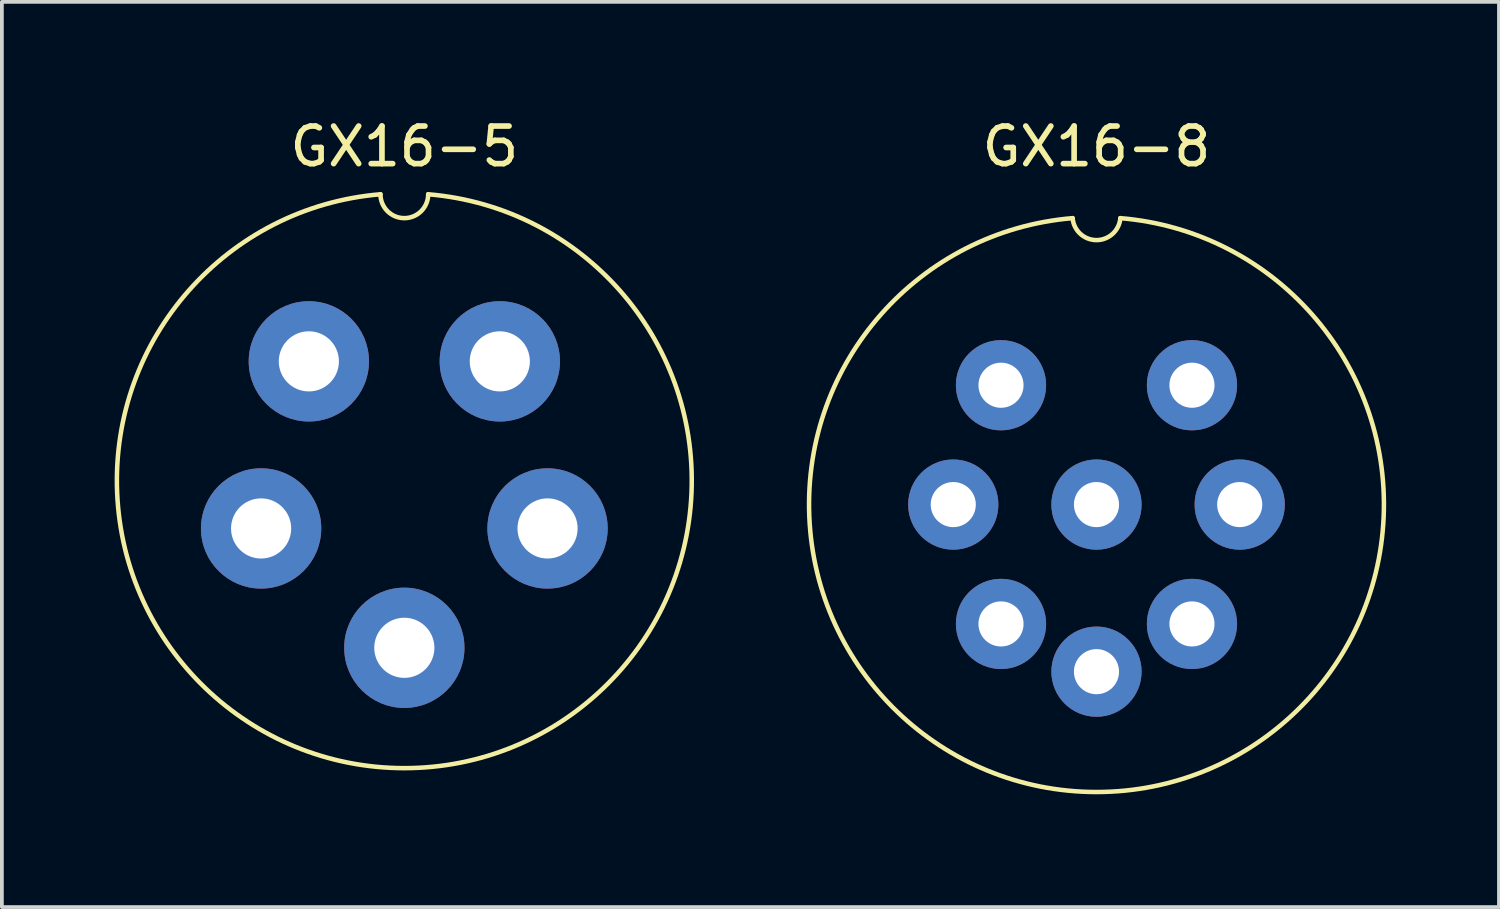
<source format=kicad_pcb>
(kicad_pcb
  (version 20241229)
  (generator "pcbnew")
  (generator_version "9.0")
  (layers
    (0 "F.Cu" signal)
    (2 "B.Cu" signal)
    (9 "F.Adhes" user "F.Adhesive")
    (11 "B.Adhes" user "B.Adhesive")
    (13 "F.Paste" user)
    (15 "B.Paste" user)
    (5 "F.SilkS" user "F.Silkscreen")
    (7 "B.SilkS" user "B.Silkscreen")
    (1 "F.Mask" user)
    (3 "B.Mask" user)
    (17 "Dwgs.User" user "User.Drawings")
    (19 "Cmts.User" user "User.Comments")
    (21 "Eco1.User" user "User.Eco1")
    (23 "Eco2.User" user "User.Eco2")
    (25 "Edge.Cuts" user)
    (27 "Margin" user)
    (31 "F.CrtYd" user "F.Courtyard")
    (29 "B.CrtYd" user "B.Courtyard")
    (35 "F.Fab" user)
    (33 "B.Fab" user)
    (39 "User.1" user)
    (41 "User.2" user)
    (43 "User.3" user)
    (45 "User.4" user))
  (footprint "GX16-8"
    (layer "F.Cu")
    (at 26.119 10.373)
    (property "Reference" "GX16-8" (at 0 -9.525 0) (layer "F.SilkS") (effects (font (size 1 1) (thickness 0.15))))
    (attr through_hole)
    (fp_arc (start 0.634999 -7.619999) (mid -0.000001 -7.035549) (end -0.634999 -7.620001) (stroke (width 0.12) (type solid)) (layer "F.SilkS"))
    (fp_arc (start 0.635 -7.62) (mid -0.000001 7.646413) (end -0.634998 -7.62) (stroke (width 0.12) (type solid)) (layer "F.SilkS"))
    (pad "1" thru_hole circle (at -2.54 -3.175) (size 2.4 2.4) (drill 1.2) (layers "*.Cu" "*.Mask"))
    (pad "2" thru_hole circle (at -3.81 0) (size 2.4 2.4) (drill 1.2) (layers "*.Cu" "*.Mask"))
    (pad "3" thru_hole circle (at -2.54 3.175) (size 2.4 2.4) (drill 1.2) (layers "*.Cu" "*.Mask"))
    (pad "4" thru_hole circle (at 0 4.445) (size 2.4 2.4) (drill 1.2) (layers "*.Cu" "*.Mask"))
    (pad "5" thru_hole circle (at 2.54 3.175) (size 2.4 2.4) (drill 1.2) (layers "*.Cu" "*.Mask"))
    (pad "6" thru_hole circle (at 3.81 0) (size 2.4 2.4) (drill 1.2) (layers "*.Cu" "*.Mask"))
    (pad "7" thru_hole circle (at 2.54 -3.175) (size 2.4 2.4) (drill 1.2) (layers "*.Cu" "*.Mask"))
    (pad "8" thru_hole circle (at 0 0) (size 2.4 2.4) (drill 1.2) (layers "*.Cu" "*.Mask")))
  (footprint "GX16-5"
    (layer "F.Cu")
    (at 7.706 9.738)
    (property "Reference" "GX16-5" (at 0 -8.89 0) (layer "F.SilkS") (effects (font (size 1 1) (thickness 0.15))))
    (attr through_hole)
    (fp_arc (start 0.635 -7.62) (mid 0 -6.985) (end -0.635 -7.62) (stroke (width 0.12) (type solid)) (layer "F.SilkS"))
    (fp_arc (start 0.635001 -7.619999) (mid -0.000001 7.646412) (end -0.634999 -7.619999) (stroke (width 0.12) (type solid)) (layer "F.SilkS"))
    (pad "1" thru_hole circle (at -2.54 -3.175) (size 3.2 3.2) (drill 1.6) (layers "*.Cu" "*.Mask"))
    (pad "2" thru_hole circle (at -3.81 1.27) (size 3.2 3.2) (drill 1.6) (layers "*.Cu" "*.Mask"))
    (pad "3" thru_hole circle (at 0 4.445) (size 3.2 3.2) (drill 1.6) (layers "*.Cu" "*.Mask"))
    (pad "4" thru_hole circle (at 3.81 1.27) (size 3.2 3.2) (drill 1.6) (layers "*.Cu" "*.Mask"))
    (pad "5" thru_hole circle (at 2.54 -3.175) (size 3.2 3.2) (drill 1.6) (layers "*.Cu" "*.Mask")))
  (gr_rect
    (start -3 -3)
    (end 36.826 21.08)
    (stroke (width 0.1) (type default))
    (fill no)
    (layer "Edge.Cuts")))
</source>
